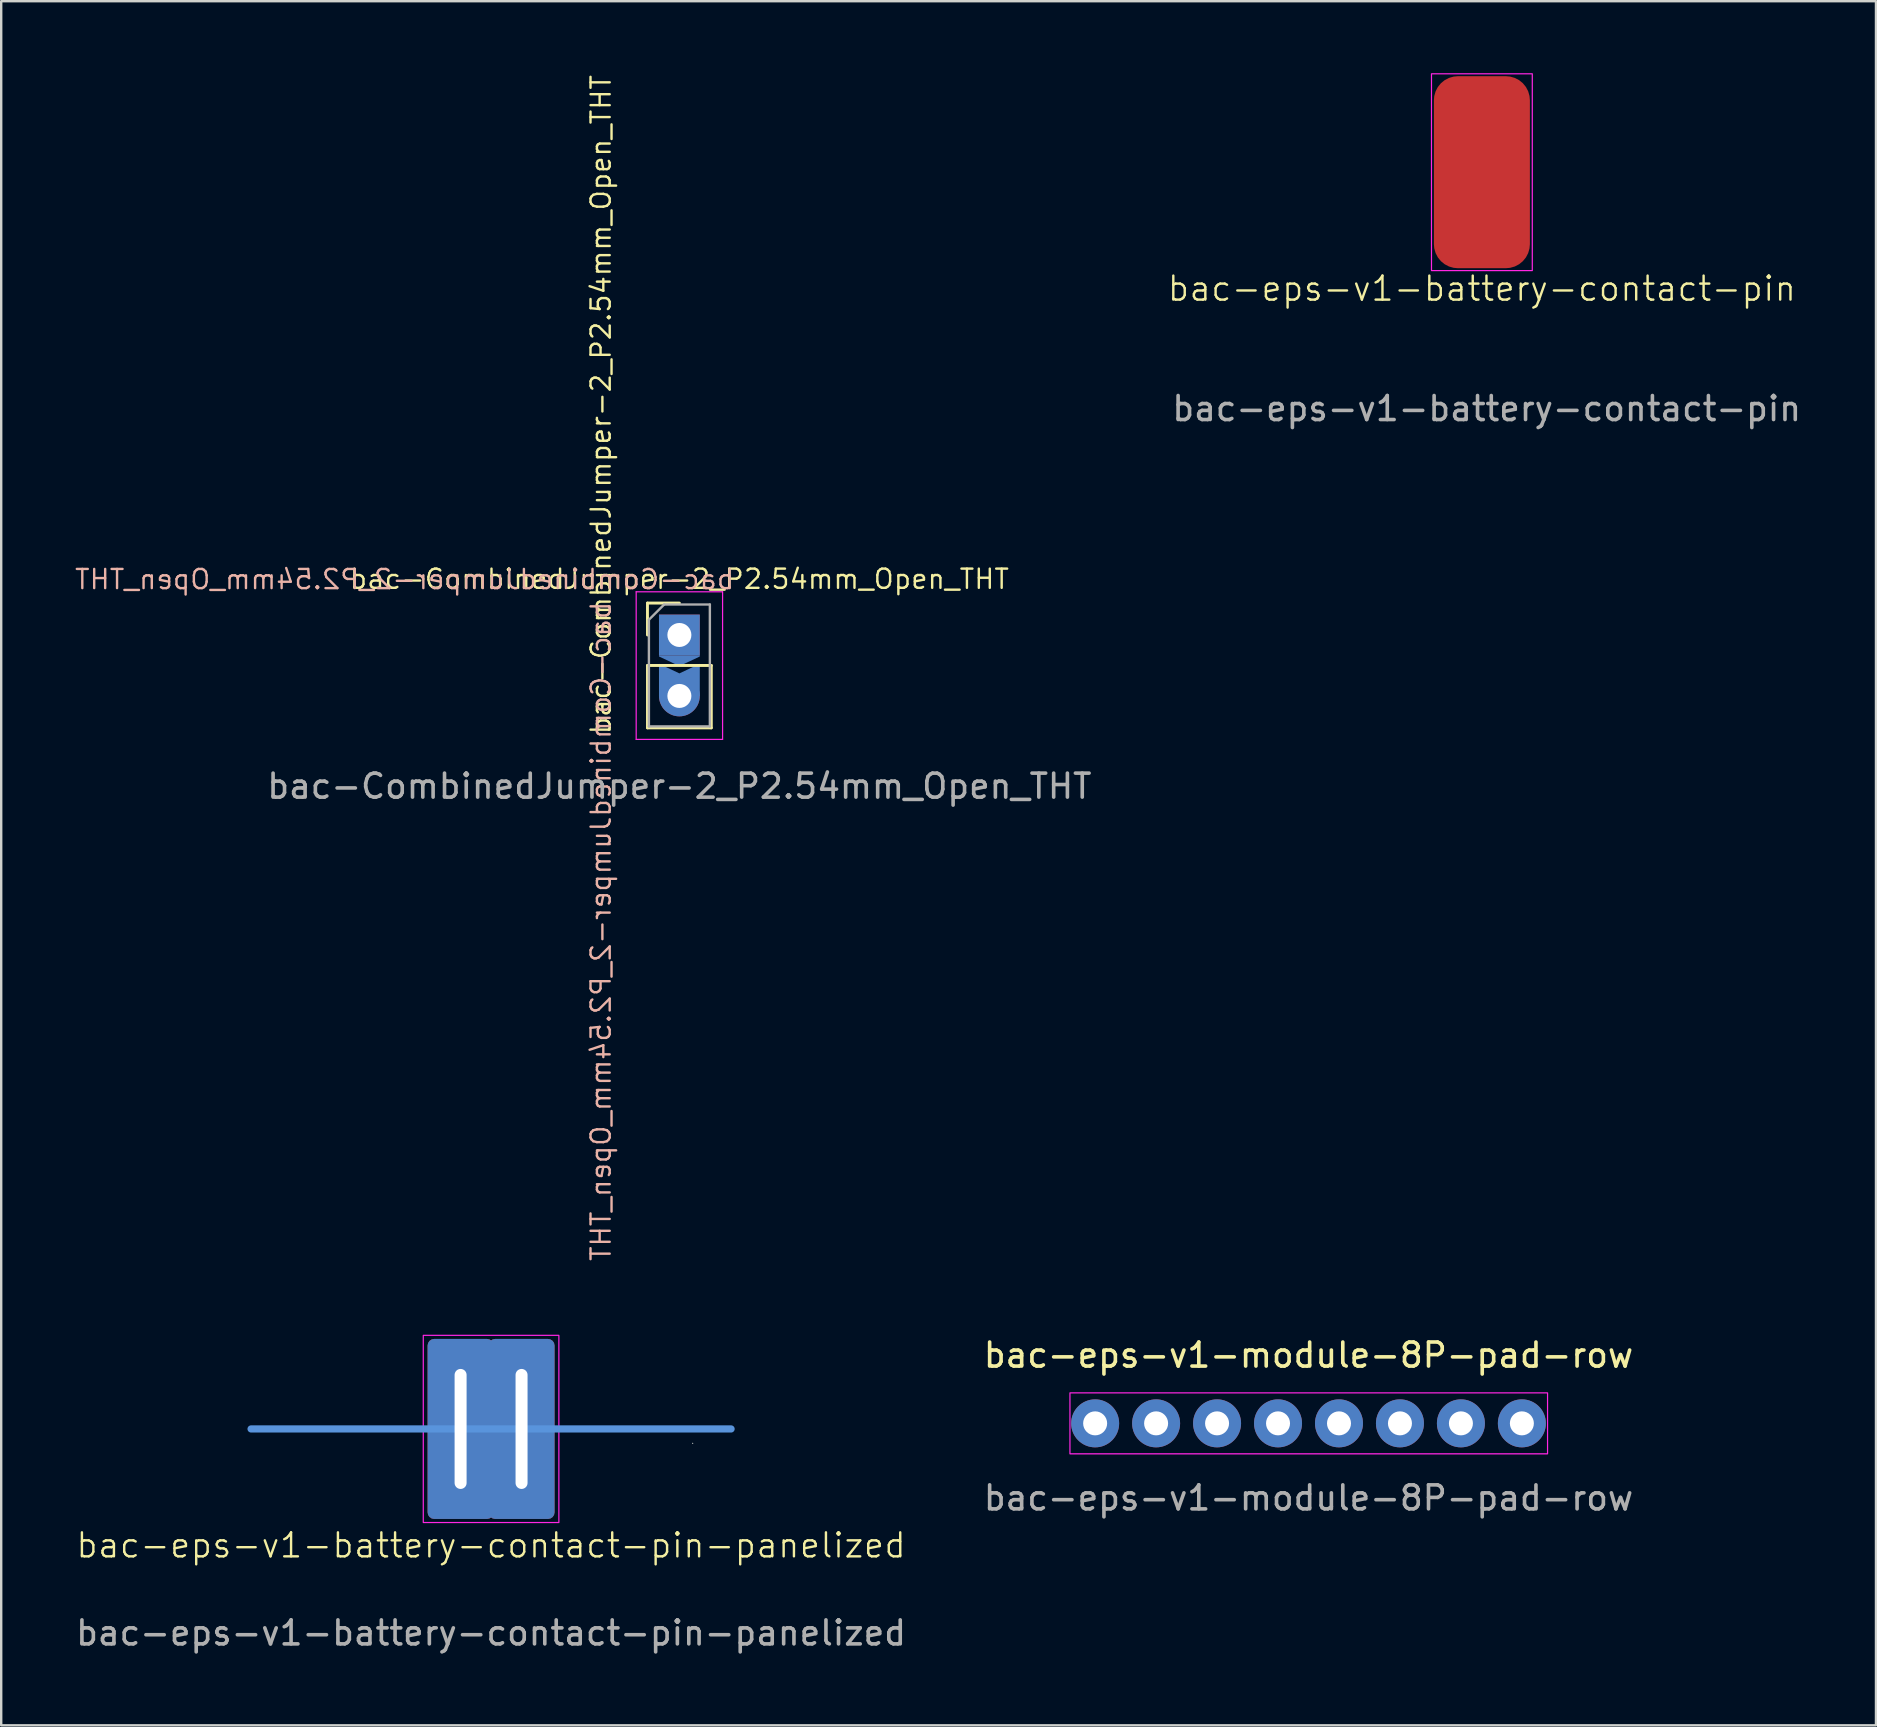
<source format=kicad_pcb>
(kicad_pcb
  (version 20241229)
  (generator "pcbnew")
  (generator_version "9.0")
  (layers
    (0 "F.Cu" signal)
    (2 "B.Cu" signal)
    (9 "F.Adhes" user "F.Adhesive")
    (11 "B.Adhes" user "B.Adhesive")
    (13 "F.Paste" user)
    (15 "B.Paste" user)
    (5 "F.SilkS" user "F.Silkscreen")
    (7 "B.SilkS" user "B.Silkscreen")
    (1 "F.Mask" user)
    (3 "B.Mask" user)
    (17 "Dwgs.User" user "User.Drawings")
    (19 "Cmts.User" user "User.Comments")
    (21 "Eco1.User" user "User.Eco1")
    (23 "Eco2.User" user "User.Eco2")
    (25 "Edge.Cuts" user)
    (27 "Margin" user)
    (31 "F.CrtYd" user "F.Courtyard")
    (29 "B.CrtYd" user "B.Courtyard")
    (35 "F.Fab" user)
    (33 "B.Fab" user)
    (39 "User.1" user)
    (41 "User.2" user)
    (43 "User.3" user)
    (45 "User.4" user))
  (footprint "bac-eps-v1-battery-contact-pin-panelized"
    (layer "F.Cu")
    (at 17.411 56.488)
    (property "Reference" "bac-eps-v1-battery-contact-pin-panelized" (at 0 4.85 0) (unlocked yes) (layer "F.SilkS") (effects (font (size 1 1) (thickness 0.1))))
    (attr smd exclude_from_pos_files exclude_from_bom)
    (fp_line (start -10 0) (end 10 0) (stroke (width 0.3) (type default)) (layer "Cmts.User"))
    (fp_line (start 8.4 0.6) (end 8.4 0.6) (stroke (width 0.05) (type default)) (layer "Edge.Cuts"))
    (fp_rect (start -2.825 -3.9) (end 2.825 3.9) (stroke (width 0.05) (type default)) (fill no) (layer "F.CrtYd"))
    (fp_text user "${REFERENCE}" (at 0 8.5 0) (unlocked yes) (layer "F.Fab") (effects (font (size 1 1) (thickness 0.15))))
    (pad "1" thru_hole roundrect (at -1.27 0) (size 2.75 7.5) (drill oval 0.5 5) (layers "*.Cu" "*.Mask") (roundrect_rratio 0.1))
    (pad "1" thru_hole roundrect (at 1.27 0) (size 2.75 7.5) (drill oval 0.5 5) (layers "*.Cu" "*.Mask") (roundrect_rratio 0.1)))
  (footprint "bac-eps-v1-module-8P-pad-row"
    (layer "F.Cu")
    (at 51.48 56.255)
    (property "Reference" "bac-eps-v1-module-8P-pad-row" (at -0.01 -2.843 0) (unlocked yes) (layer "F.SilkS") (effects (font (size 1 1) (thickness 0.15))))
    (attr through_hole exclude_from_pos_files exclude_from_bom)
    (fp_rect (start -9.95 -1.27) (end 9.95 1.27) (stroke (width 0.05) (type solid)) (fill no) (layer "F.CrtYd"))
    (fp_text user "${REFERENCE}" (at -0.01 3.107 0) (unlocked yes) (layer "F.Fab") (effects (font (size 1 1) (thickness 0.15))))
    (pad "1" thru_hole circle (at -8.9 0) (size 2 2) (drill 1) (property pad_prop_castellated) (layers "*.Cu" "*.Mask"))
    (pad "2" thru_hole circle (at -6.36 0) (size 2 2) (drill 1) (property pad_prop_castellated) (layers "*.Cu" "*.Mask"))
    (pad "3" thru_hole circle (at -3.82 0) (size 2 2) (drill 1) (property pad_prop_castellated) (layers "*.Cu" "*.Mask"))
    (pad "4" thru_hole circle (at -1.28 0) (size 2 2) (drill 1) (property pad_prop_castellated) (layers "*.Cu" "*.Mask"))
    (pad "5" thru_hole circle (at 1.26 0) (size 2 2) (drill 1) (property pad_prop_castellated) (layers "*.Cu" "*.Mask"))
    (pad "6" thru_hole circle (at 3.8 0) (size 2 2) (drill 1) (property pad_prop_castellated) (layers "*.Cu" "*.Mask"))
    (pad "7" thru_hole circle (at 6.34 0) (size 2 2) (drill 1) (property pad_prop_castellated) (layers "*.Cu" "*.Mask"))
    (pad "8" thru_hole circle (at 8.88 0) (size 2 2) (drill 1) (property pad_prop_castellated) (layers "*.Cu" "*.Mask")))
  (footprint "bac-CombinedJumper-2_P2.54mm_Open_THT"
    (layer "F.Cu")
    (at 25.257 23.407)
    (property "Reference" "bac-CombinedJumper-2_P2.54mm_Open_THT" (at 0 -2.33 0) (layer "F.SilkS") (effects (font (size 0.8 0.8) (thickness 0.1))))
    (property "Value" "bac-CombinedJumper-2_P2.54mm_Open_THT" (at 0 4.87 0) (layer "F.Fab") (hide yes) (effects (font (size 1 1) (thickness 0.15))))
    (attr through_hole)
    (fp_poly (pts (xy -0.85 2.54) (xy -0.85 1.2) (xy 0 1.6) (xy 0.85 1.2) (xy 0.85 2.54)) (stroke (width 0) (type solid)) (fill yes) (layer "B.Cu"))
    (fp_poly (pts (xy 0.85 0.85) (xy -0.85 0.85) (xy -0.849 0.896) (xy 0.001 1.296) (xy 0.851 0.896)) (stroke (width 0) (type solid)) (fill yes) (layer "B.Cu"))
    (fp_rect (start -0.85 0.85) (end 0.85 2.54) (stroke (width 0) (type solid)) (fill yes) (layer "B.Mask"))
    (fp_line (start -1.33 -1.33) (end 0 -1.33) (stroke (width 0.12) (type solid)) (layer "F.SilkS"))
    (fp_line (start -1.33 0) (end -1.33 -1.33) (stroke (width 0.12) (type solid)) (layer "F.SilkS"))
    (fp_line (start -1.33 1.27) (end -1.33 3.87) (stroke (width 0.12) (type solid)) (layer "F.SilkS"))
    (fp_line (start -1.33 1.27) (end 1.33 1.27) (stroke (width 0.12) (type solid)) (layer "F.SilkS"))
    (fp_line (start -1.33 3.87) (end 1.33 3.87) (stroke (width 0.12) (type solid)) (layer "F.SilkS"))
    (fp_line (start 1.33 1.27) (end 1.33 3.87) (stroke (width 0.12) (type solid)) (layer "F.SilkS"))
    (fp_line (start -1.8 -1.8) (end -1.8 4.35) (stroke (width 0.05) (type solid)) (layer "F.CrtYd"))
    (fp_line (start -1.8 4.35) (end 1.8 4.35) (stroke (width 0.05) (type solid)) (layer "F.CrtYd"))
    (fp_line (start 1.8 -1.8) (end -1.8 -1.8) (stroke (width 0.05) (type solid)) (layer "F.CrtYd"))
    (fp_line (start 1.8 4.35) (end 1.8 -1.8) (stroke (width 0.05) (type solid)) (layer "F.CrtYd"))
    (fp_line (start -1.27 -0.635) (end -0.635 -1.27) (stroke (width 0.1) (type solid)) (layer "F.Fab"))
    (fp_line (start -1.27 3.81) (end -1.27 -0.635) (stroke (width 0.1) (type solid)) (layer "F.Fab"))
    (fp_line (start -0.635 -1.27) (end 1.27 -1.27) (stroke (width 0.1) (type solid)) (layer "F.Fab"))
    (fp_line (start 1.27 -1.27) (end 1.27 3.81) (stroke (width 0.1) (type solid)) (layer "F.Fab"))
    (fp_line (start 1.27 3.81) (end -1.27 3.81) (stroke (width 0.1) (type solid)) (layer "F.Fab"))
    (fp_text user "${VALUE}" (at -2.8 4.2 90) (unlocked yes) (layer "F.SilkS") (effects (font (size 0.8 0.8) (thickness 0.1)) (justify left bottom)))
    (fp_text user "${VALUE}" (at -2.8 -1.45 90) (unlocked yes) (layer "B.SilkS") (effects (font (size 0.8 0.8) (thickness 0.1)) (justify left bottom mirror)))
    (fp_text user "${REFERENCE}" (at 2.35 -1.85 0) (unlocked yes) (layer "B.SilkS") (effects (font (size 0.8 0.8) (thickness 0.1)) (justify left bottom mirror)))
    (fp_text user "${REFERENCE}" (at 0 6.3 180) (layer "F.Fab") (effects (font (size 1 1) (thickness 0.15))))
    (pad "1" thru_hole rect (at 0 0) (size 1.7 1.7) (drill 1) (layers "*.Cu" "*.Mask"))
    (pad "2" thru_hole oval (at 0 2.54) (size 1.7 1.7) (drill 1) (layers "*.Cu" "*.Mask")))
  (footprint "bac-eps-v1-battery-contact-pin"
    (layer "F.Cu")
    (at 58.694 4.125)
    (property "Reference" "bac-eps-v1-battery-contact-pin" (at 0 4.85 0) (unlocked yes) (layer "F.SilkS") (effects (font (size 1 1) (thickness 0.1))))
    (attr smd exclude_from_pos_files exclude_from_bom)
    (fp_rect (start -2.1 -4.1) (end 2.1 4.1) (stroke (width 0.05) (type default)) (fill no) (layer "F.CrtYd"))
    (fp_text user "${REFERENCE}" (at 0.2 9.85 0) (unlocked yes) (layer "F.Fab") (effects (font (size 1 1) (thickness 0.15))))
    (pad "1" smd roundrect (at 0 0) (size 4 8) (layers "F.Cu" "F.Mask" "F.Paste") (roundrect_rratio 0.25)))
  (gr_rect
    (start -3 -3)
    (end 75.114 68.837)
    (stroke (width 0.1) (type default))
    (fill no)
    (layer "Edge.Cuts")))
</source>
